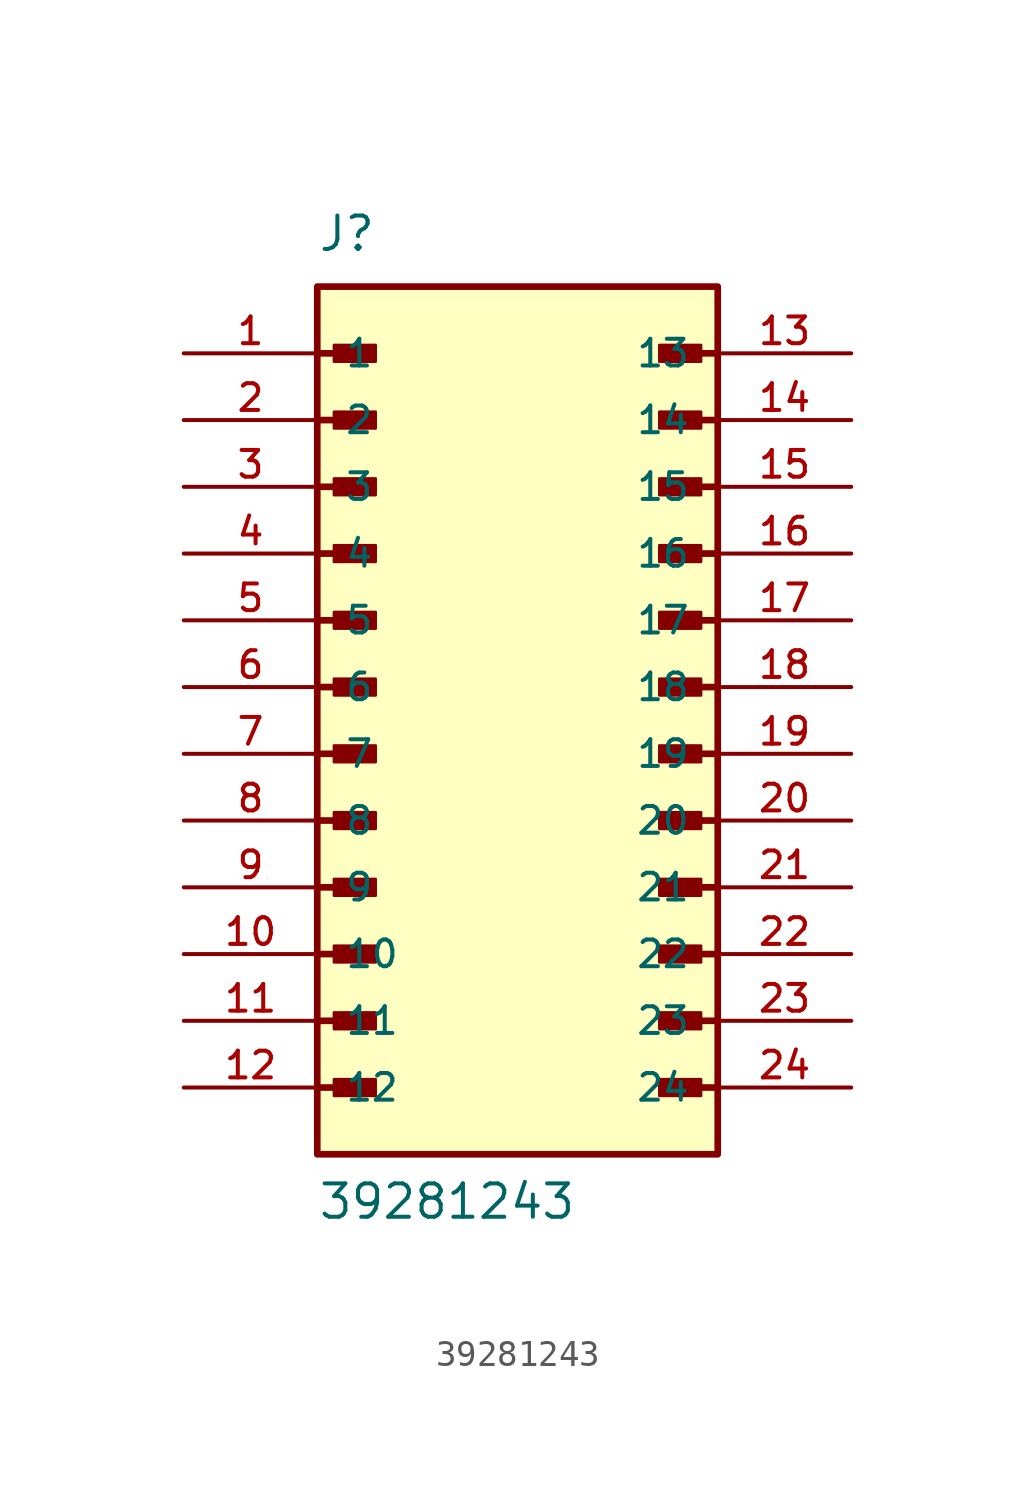
<source format=kicad_sym>
(kicad_symbol_lib
  (version 20211014)
  (generator kicad_symbol_editor)
  (symbol "39281243"
    (pin_names
      (offset 1.016))
    (property "Reference" "J"
      (at -7.62 16.51 0)
      (effects (font (size 1.27 1.27)) (justify bottom left)))
    (property "Value" "39281243"
      (at -7.62 -20.32 0)
      (effects (font (size 1.27 1.27)) (justify bottom left)))
    (symbol "39281243_0_0"
      (polyline (pts (xy -7.62 12.7) (xy -5.715 12.7)) (stroke (width 0.254)))
      (rectangle (start -6.985 12.383) (end -5.397 13.018) (stroke (width 0.1)) (fill (type outline)))
      (polyline (pts (xy -7.62 10.16) (xy -5.715 10.16)) (stroke (width 0.254)))
      (rectangle (start -6.985 9.842) (end -5.397 10.477) (stroke (width 0.1)) (fill (type outline)))
      (polyline (pts (xy -7.62 7.62) (xy -5.715 7.62)) (stroke (width 0.254)))
      (rectangle (start -6.985 7.303) (end -5.397 7.938) (stroke (width 0.1)) (fill (type outline)))
      (polyline (pts (xy -7.62 5.08) (xy -5.715 5.08)) (stroke (width 0.254)))
      (rectangle (start -6.985 4.763) (end -5.397 5.397) (stroke (width 0.1)) (fill (type outline)))
      (polyline (pts (xy -7.62 2.54) (xy -5.715 2.54)) (stroke (width 0.254)))
      (rectangle (start -6.985 2.223) (end -5.397 2.857) (stroke (width 0.1)) (fill (type outline)))
      (polyline (pts (xy -7.62 0.0) (xy -5.715 0.0)) (stroke (width 0.254)))
      (rectangle (start -6.985 -0.318) (end -5.397 0.318) (stroke (width 0.1)) (fill (type outline)))
      (polyline (pts (xy -7.62 -2.54) (xy -5.715 -2.54)) (stroke (width 0.254)))
      (rectangle (start -6.985 -2.857) (end -5.397 -2.223) (stroke (width 0.1)) (fill (type outline)))
      (polyline (pts (xy -7.62 -5.08) (xy -5.715 -5.08)) (stroke (width 0.254)))
      (rectangle (start -6.985 -5.397) (end -5.397 -4.763) (stroke (width 0.1)) (fill (type outline)))
      (polyline (pts (xy -7.62 -7.62) (xy -5.715 -7.62)) (stroke (width 0.254)))
      (rectangle (start -6.985 -7.938) (end -5.397 -7.303) (stroke (width 0.1)) (fill (type outline)))
      (polyline (pts (xy -7.62 -10.16) (xy -5.715 -10.16)) (stroke (width 0.254)))
      (rectangle (start -6.985 -10.477) (end -5.397 -9.842) (stroke (width 0.1)) (fill (type outline)))
      (polyline (pts (xy 7.62 -10.16) (xy 5.715 -10.16)) (stroke (width 0.254)))
      (rectangle (start 5.397 -10.477) (end 6.985 -9.842) (stroke (width 0.1)) (fill (type outline)))
      (polyline (pts (xy 7.62 -7.62) (xy 5.715 -7.62)) (stroke (width 0.254)))
      (rectangle (start 5.397 -7.938) (end 6.985 -7.303) (stroke (width 0.1)) (fill (type outline)))
      (polyline (pts (xy 7.62 -5.08) (xy 5.715 -5.08)) (stroke (width 0.254)))
      (rectangle (start 5.397 -5.397) (end 6.985 -4.763) (stroke (width 0.1)) (fill (type outline)))
      (polyline (pts (xy 7.62 -2.54) (xy 5.715 -2.54)) (stroke (width 0.254)))
      (rectangle (start 5.397 -2.857) (end 6.985 -2.223) (stroke (width 0.1)) (fill (type outline)))
      (polyline (pts (xy 7.62 0.0) (xy 5.715 0.0)) (stroke (width 0.254)))
      (rectangle (start 5.397 -0.318) (end 6.985 0.318) (stroke (width 0.1)) (fill (type outline)))
      (polyline (pts (xy 7.62 2.54) (xy 5.715 2.54)) (stroke (width 0.254)))
      (rectangle (start 5.397 2.223) (end 6.985 2.857) (stroke (width 0.1)) (fill (type outline)))
      (polyline (pts (xy 7.62 5.08) (xy 5.715 5.08)) (stroke (width 0.254)))
      (rectangle (start 5.397 4.763) (end 6.985 5.397) (stroke (width 0.1)) (fill (type outline)))
      (polyline (pts (xy 7.62 7.62) (xy 5.715 7.62)) (stroke (width 0.254)))
      (rectangle (start 5.397 7.303) (end 6.985 7.938) (stroke (width 0.1)) (fill (type outline)))
      (polyline (pts (xy 7.62 10.16) (xy 5.715 10.16)) (stroke (width 0.254)))
      (rectangle (start 5.397 9.842) (end 6.985 10.477) (stroke (width 0.1)) (fill (type outline)))
      (polyline (pts (xy 7.62 12.7) (xy 5.715 12.7)) (stroke (width 0.254)))
      (rectangle (start 5.397 12.383) (end 6.985 13.018) (stroke (width 0.1)) (fill (type outline)))
      (polyline (pts (xy -7.62 -12.7) (xy -5.715 -12.7)) (stroke (width 0.254)))
      (rectangle (start -6.985 -13.018) (end -5.397 -12.383) (stroke (width 0.1)) (fill (type outline)))
      (polyline (pts (xy -7.62 -15.24) (xy -5.715 -15.24)) (stroke (width 0.254)))
      (rectangle (start -6.985 -15.557) (end -5.397 -14.922) (stroke (width 0.1)) (fill (type outline)))
      (polyline (pts (xy 7.62 -15.24) (xy 5.715 -15.24)) (stroke (width 0.254)))
      (rectangle (start 5.397 -15.557) (end 6.985 -14.922) (stroke (width 0.1)) (fill (type outline)))
      (polyline (pts (xy 7.62 -12.7) (xy 5.715 -12.7)) (stroke (width 0.254)))
      (rectangle (start 5.397 -13.018) (end 6.985 -12.383) (stroke (width 0.1)) (fill (type outline)))
      (rectangle (start -7.62 -17.78) (end 7.62 15.24) (stroke (width 0.254)) (fill (type background)))
      (pin passive line (at -12.7 12.7 0) (length 5.08) (name "1" (effects (font (size 1.016 1.016)))) (number "1" (effects (font (size 1.016 1.016)))))
      (pin passive line (at -12.7 10.16 0) (length 5.08) (name "2" (effects (font (size 1.016 1.016)))) (number "2" (effects (font (size 1.016 1.016)))))
      (pin passive line (at -12.7 7.62 0) (length 5.08) (name "3" (effects (font (size 1.016 1.016)))) (number "3" (effects (font (size 1.016 1.016)))))
      (pin passive line (at -12.7 5.08 0) (length 5.08) (name "4" (effects (font (size 1.016 1.016)))) (number "4" (effects (font (size 1.016 1.016)))))
      (pin passive line (at -12.7 2.54 0) (length 5.08) (name "5" (effects (font (size 1.016 1.016)))) (number "5" (effects (font (size 1.016 1.016)))))
      (pin passive line (at -12.7 0.0 0) (length 5.08) (name "6" (effects (font (size 1.016 1.016)))) (number "6" (effects (font (size 1.016 1.016)))))
      (pin passive line (at -12.7 -2.54 0) (length 5.08) (name "7" (effects (font (size 1.016 1.016)))) (number "7" (effects (font (size 1.016 1.016)))))
      (pin passive line (at -12.7 -5.08 0) (length 5.08) (name "8" (effects (font (size 1.016 1.016)))) (number "8" (effects (font (size 1.016 1.016)))))
      (pin passive line (at -12.7 -7.62 0) (length 5.08) (name "9" (effects (font (size 1.016 1.016)))) (number "9" (effects (font (size 1.016 1.016)))))
      (pin passive line (at -12.7 -10.16 0) (length 5.08) (name "10" (effects (font (size 1.016 1.016)))) (number "10" (effects (font (size 1.016 1.016)))))
      (pin passive line (at -12.7 -12.7 0) (length 5.08) (name "11" (effects (font (size 1.016 1.016)))) (number "11" (effects (font (size 1.016 1.016)))))
      (pin passive line (at -12.7 -15.24 0) (length 5.08) (name "12" (effects (font (size 1.016 1.016)))) (number "12" (effects (font (size 1.016 1.016)))))
      (pin passive line (at 12.7 12.7 180.0) (length 5.08) (name "13" (effects (font (size 1.016 1.016)))) (number "13" (effects (font (size 1.016 1.016)))))
      (pin passive line (at 12.7 10.16 180.0) (length 5.08) (name "14" (effects (font (size 1.016 1.016)))) (number "14" (effects (font (size 1.016 1.016)))))
      (pin passive line (at 12.7 7.62 180.0) (length 5.08) (name "15" (effects (font (size 1.016 1.016)))) (number "15" (effects (font (size 1.016 1.016)))))
      (pin passive line (at 12.7 5.08 180.0) (length 5.08) (name "16" (effects (font (size 1.016 1.016)))) (number "16" (effects (font (size 1.016 1.016)))))
      (pin passive line (at 12.7 2.54 180.0) (length 5.08) (name "17" (effects (font (size 1.016 1.016)))) (number "17" (effects (font (size 1.016 1.016)))))
      (pin passive line (at 12.7 0.0 180.0) (length 5.08) (name "18" (effects (font (size 1.016 1.016)))) (number "18" (effects (font (size 1.016 1.016)))))
      (pin passive line (at 12.7 -2.54 180.0) (length 5.08) (name "19" (effects (font (size 1.016 1.016)))) (number "19" (effects (font (size 1.016 1.016)))))
      (pin passive line (at 12.7 -5.08 180.0) (length 5.08) (name "20" (effects (font (size 1.016 1.016)))) (number "20" (effects (font (size 1.016 1.016)))))
      (pin passive line (at 12.7 -7.62 180.0) (length 5.08) (name "21" (effects (font (size 1.016 1.016)))) (number "21" (effects (font (size 1.016 1.016)))))
      (pin passive line (at 12.7 -10.16 180.0) (length 5.08) (name "22" (effects (font (size 1.016 1.016)))) (number "22" (effects (font (size 1.016 1.016)))))
      (pin passive line (at 12.7 -12.7 180.0) (length 5.08) (name "23" (effects (font (size 1.016 1.016)))) (number "23" (effects (font (size 1.016 1.016)))))
      (pin passive line (at 12.7 -15.24 180.0) (length 5.08) (name "24" (effects (font (size 1.016 1.016)))) (number "24" (effects (font (size 1.016 1.016))))))))
</source>
